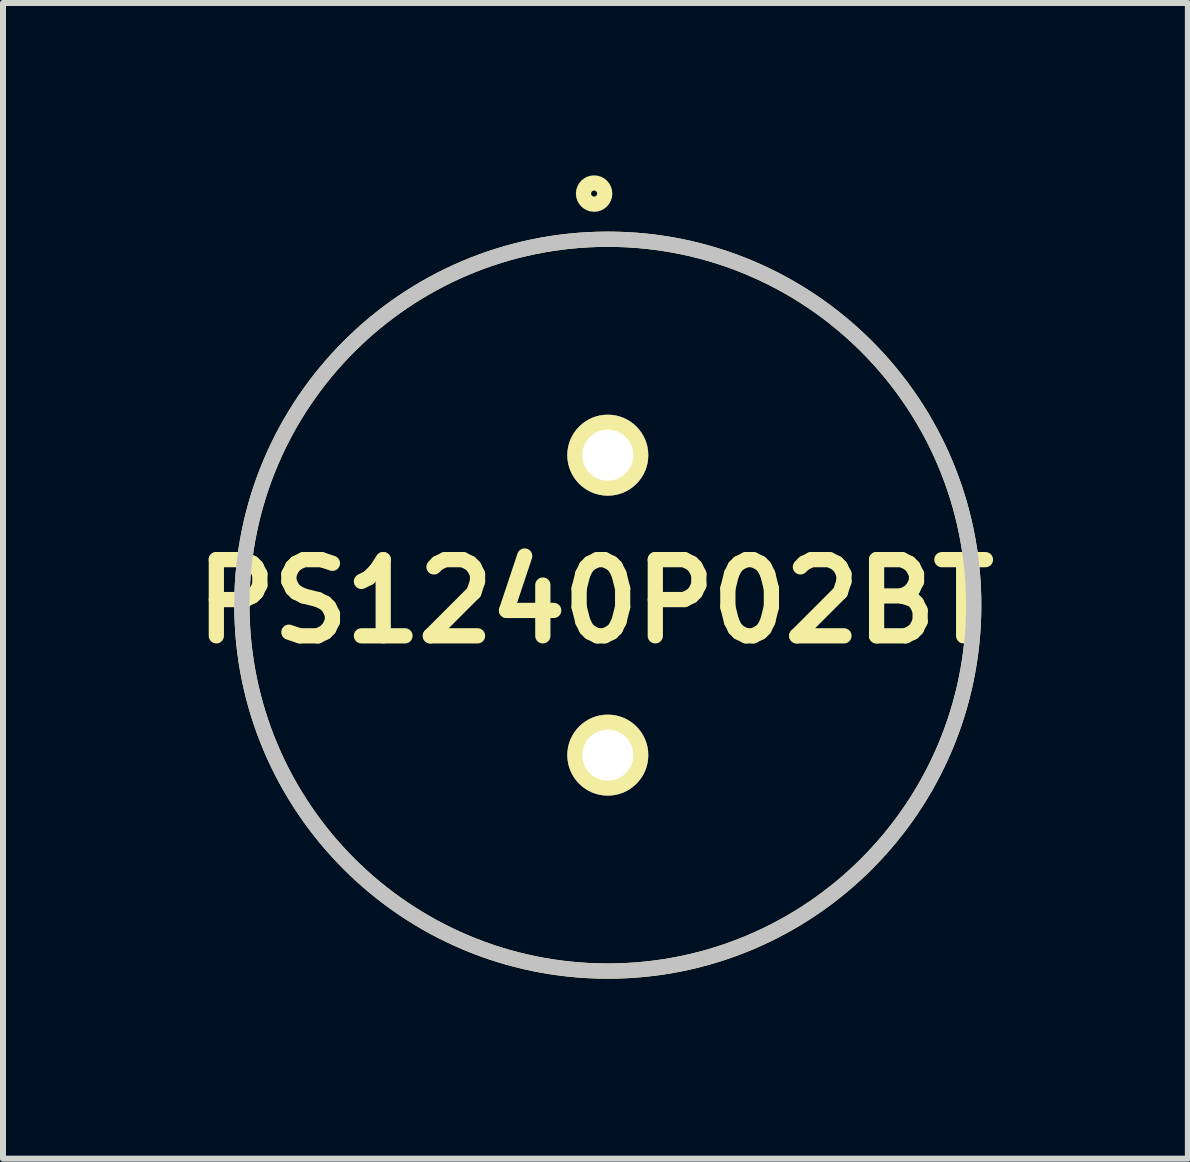
<source format=kicad_pcb>
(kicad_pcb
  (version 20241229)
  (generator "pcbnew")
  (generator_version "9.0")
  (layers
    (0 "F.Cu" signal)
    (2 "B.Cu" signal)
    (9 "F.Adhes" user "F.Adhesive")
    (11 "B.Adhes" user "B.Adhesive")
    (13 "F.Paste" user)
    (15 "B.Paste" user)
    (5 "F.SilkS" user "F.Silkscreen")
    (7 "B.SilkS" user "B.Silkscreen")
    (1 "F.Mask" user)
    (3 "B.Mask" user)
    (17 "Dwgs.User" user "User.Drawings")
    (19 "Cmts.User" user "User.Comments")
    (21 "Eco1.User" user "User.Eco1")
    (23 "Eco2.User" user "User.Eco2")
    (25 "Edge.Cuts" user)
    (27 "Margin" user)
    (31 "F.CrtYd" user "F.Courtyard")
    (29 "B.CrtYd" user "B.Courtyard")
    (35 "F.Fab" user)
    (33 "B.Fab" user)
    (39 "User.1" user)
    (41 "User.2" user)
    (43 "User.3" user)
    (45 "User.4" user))
  (footprint "PS1240P02BT"
    (layer "F.Cu")
    (at 7.082 7.038)
    (property "Reference" "PS1240P02BT" (at -0.206 -0.063 0) (layer "F.SilkS") (effects (font (size 1.27 1.27) (thickness 0.254))))
    (attr through_hole)
    (fp_circle (center -0.228 -6.861) (end -0.278 -6.861) (stroke (width 0.254) (type solid)) (fill no) (layer "F.SilkS"))
    (fp_circle (center 0 0) (end 6.1 0) (stroke (width 0.254) (type solid)) (fill no) (layer "F.SilkS"))
    (fp_circle (center 0 0) (end 6.1 0) (stroke (width 0.254) (type solid)) (fill no) (layer "Dwgs.User"))
    (pad "1" thru_hole circle (at 0 -2.5 90) (size 1.35 1.35) (drill 0.85) (layers "*.Cu" "*.Mask" "F.SilkS"))
    (pad "2" thru_hole circle (at 0 2.5 90) (size 1.35 1.35) (drill 0.85) (layers "*.Cu" "*.Mask" "F.SilkS")))
  (gr_rect
    (start -3 -3)
    (end 16.752 16.265)
    (stroke (width 0.1) (type default))
    (fill no)
    (layer "Edge.Cuts")))
</source>
